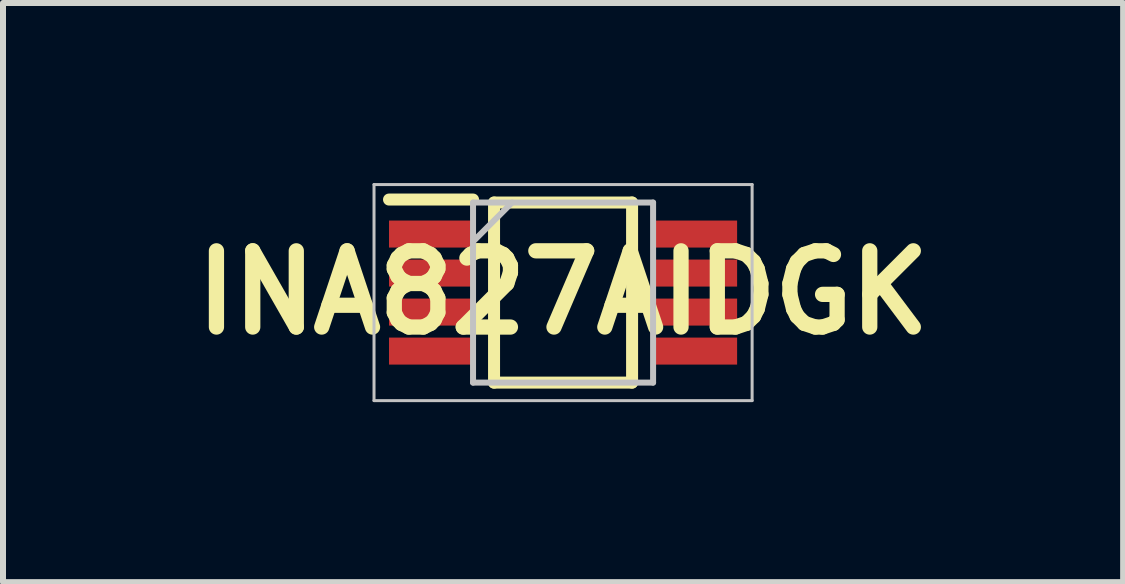
<source format=kicad_pcb>
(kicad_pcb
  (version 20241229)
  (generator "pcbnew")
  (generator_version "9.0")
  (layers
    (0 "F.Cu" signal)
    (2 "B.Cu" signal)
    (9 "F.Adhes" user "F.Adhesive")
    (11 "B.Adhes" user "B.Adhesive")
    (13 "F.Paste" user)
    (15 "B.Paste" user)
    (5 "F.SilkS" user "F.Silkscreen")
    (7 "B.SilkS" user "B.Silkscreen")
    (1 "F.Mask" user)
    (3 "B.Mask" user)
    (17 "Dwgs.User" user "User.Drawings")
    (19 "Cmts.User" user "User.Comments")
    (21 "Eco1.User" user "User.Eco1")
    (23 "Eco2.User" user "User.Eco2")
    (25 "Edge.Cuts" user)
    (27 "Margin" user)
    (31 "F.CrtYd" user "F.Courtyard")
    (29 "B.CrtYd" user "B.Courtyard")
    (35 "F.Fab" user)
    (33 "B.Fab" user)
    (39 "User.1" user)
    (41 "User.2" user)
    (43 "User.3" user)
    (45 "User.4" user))
  (footprint "INA827AIDGK"
    (layer "F.Cu")
    (at 6.332 1.825)
    (property "Reference" "INA827AIDGK" (at 0 0 0) (layer "F.SilkS") (effects (font (size 1.27 1.27) (thickness 0.254))))
    (attr smd)
    (fp_line (start -2.9 -1.55) (end -1.5 -1.55) (stroke (width 0.2) (type solid)) (layer "F.SilkS"))
    (fp_line (start -1.15 -1.5) (end 1.15 -1.5) (stroke (width 0.2) (type solid)) (layer "F.SilkS"))
    (fp_line (start -1.15 1.5) (end -1.15 -1.5) (stroke (width 0.2) (type solid)) (layer "F.SilkS"))
    (fp_line (start 1.15 -1.5) (end 1.15 1.5) (stroke (width 0.2) (type solid)) (layer "F.SilkS"))
    (fp_line (start 1.15 1.5) (end -1.15 1.5) (stroke (width 0.2) (type solid)) (layer "F.SilkS"))
    (fp_line (start -3.15 -1.8) (end 3.15 -1.8) (stroke (width 0.05) (type solid)) (layer "Dwgs.User"))
    (fp_line (start -3.15 1.8) (end -3.15 -1.8) (stroke (width 0.05) (type solid)) (layer "Dwgs.User"))
    (fp_line (start -1.5 -1.5) (end 1.5 -1.5) (stroke (width 0.1) (type solid)) (layer "Dwgs.User"))
    (fp_line (start -1.5 -0.85) (end -0.85 -1.5) (stroke (width 0.1) (type solid)) (layer "Dwgs.User"))
    (fp_line (start -1.5 1.5) (end -1.5 -1.5) (stroke (width 0.1) (type solid)) (layer "Dwgs.User"))
    (fp_line (start 1.5 -1.5) (end 1.5 1.5) (stroke (width 0.1) (type solid)) (layer "Dwgs.User"))
    (fp_line (start 1.5 1.5) (end -1.5 1.5) (stroke (width 0.1) (type solid)) (layer "Dwgs.User"))
    (fp_line (start 3.15 -1.8) (end 3.15 1.8) (stroke (width 0.05) (type solid)) (layer "Dwgs.User"))
    (fp_line (start 3.15 1.8) (end -3.15 1.8) (stroke (width 0.05) (type solid)) (layer "Dwgs.User"))
    (pad "1" smd rect (at -2.2 -0.975 90) (size 0.45 1.4) (layers "F.Cu" "F.Mask" "F.Paste"))
    (pad "2" smd rect (at -2.2 -0.325 90) (size 0.45 1.4) (layers "F.Cu" "F.Mask" "F.Paste"))
    (pad "3" smd rect (at -2.2 0.325 90) (size 0.45 1.4) (layers "F.Cu" "F.Mask" "F.Paste"))
    (pad "4" smd rect (at -2.2 0.975 90) (size 0.45 1.4) (layers "F.Cu" "F.Mask" "F.Paste"))
    (pad "5" smd rect (at 2.2 0.975 90) (size 0.45 1.4) (layers "F.Cu" "F.Mask" "F.Paste"))
    (pad "6" smd rect (at 2.2 0.325 90) (size 0.45 1.4) (layers "F.Cu" "F.Mask" "F.Paste"))
    (pad "7" smd rect (at 2.2 -0.325 90) (size 0.45 1.4) (layers "F.Cu" "F.Mask" "F.Paste"))
    (pad "8" smd rect (at 2.2 -0.975 90) (size 0.45 1.4) (layers "F.Cu" "F.Mask" "F.Paste")))
  (gr_rect
    (start -3 -3)
    (end 15.664 6.65)
    (stroke (width 0.1) (type default))
    (fill no)
    (layer "Edge.Cuts")))
</source>
